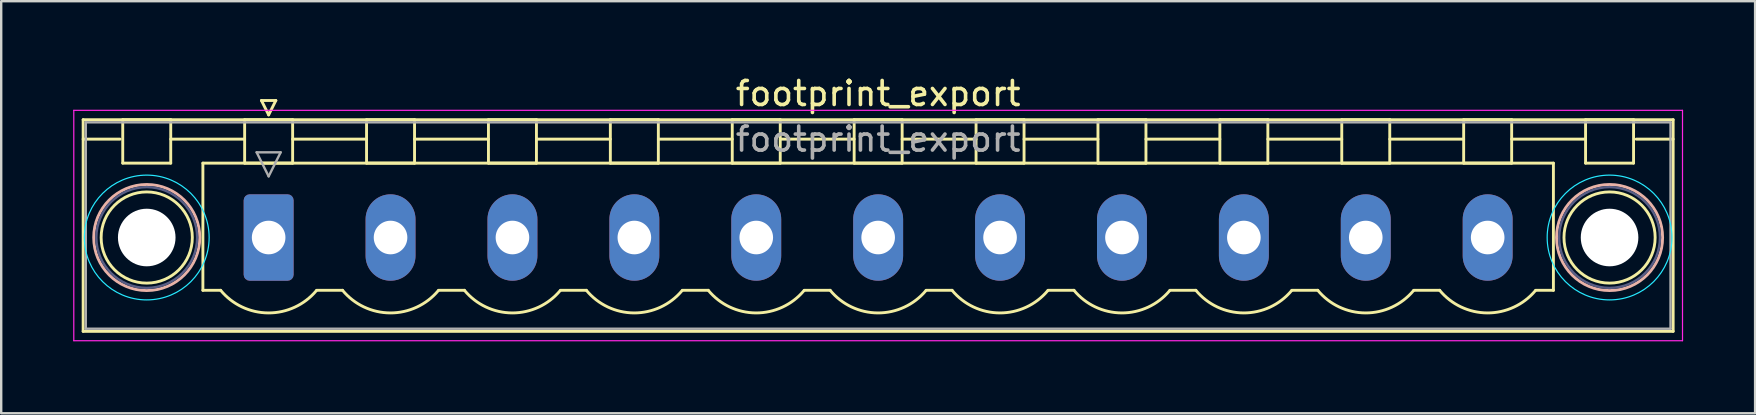
<source format=kicad_pcb>
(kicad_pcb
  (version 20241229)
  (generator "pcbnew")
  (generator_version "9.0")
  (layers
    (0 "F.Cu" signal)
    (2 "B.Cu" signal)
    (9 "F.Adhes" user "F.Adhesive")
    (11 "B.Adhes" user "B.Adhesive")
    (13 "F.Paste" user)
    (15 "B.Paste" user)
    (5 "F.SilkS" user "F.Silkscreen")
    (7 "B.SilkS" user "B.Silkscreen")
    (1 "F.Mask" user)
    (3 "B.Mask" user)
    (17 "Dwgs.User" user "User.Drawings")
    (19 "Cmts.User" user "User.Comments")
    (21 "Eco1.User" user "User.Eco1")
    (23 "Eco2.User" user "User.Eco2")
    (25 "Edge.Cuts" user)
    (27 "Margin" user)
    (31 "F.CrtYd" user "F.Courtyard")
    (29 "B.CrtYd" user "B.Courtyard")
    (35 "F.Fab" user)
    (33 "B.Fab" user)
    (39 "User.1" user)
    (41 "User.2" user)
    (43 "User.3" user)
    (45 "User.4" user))
  (footprint "footprint_export"
    (layer "F.Cu")
    (at 8.145 6.848)
    (property "Reference" "footprint_export" (at 25.4 -6 0) (layer "F.SilkS") (effects (font (size 1 1) (thickness 0.15))))
    (attr through_hole)
    (fp_line (start -7.73 -4.91) (end -7.73 3.91) (stroke (width 0.12) (type solid)) (layer "F.SilkS"))
    (fp_line (start -7.73 -4.1) (end -6.19 -4.1) (stroke (width 0.12) (type solid)) (layer "F.SilkS"))
    (fp_line (start -7.73 3.91) (end 58.53 3.91) (stroke (width 0.12) (type solid)) (layer "F.SilkS"))
    (fp_line (start -6.08 -4.91) (end -4.08 -4.91) (stroke (width 0.12) (type solid)) (layer "F.SilkS"))
    (fp_line (start -6.08 -3.1) (end -6.08 -4.91) (stroke (width 0.12) (type solid)) (layer "F.SilkS"))
    (fp_line (start -4.08 -4.91) (end -4.08 -3.1) (stroke (width 0.12) (type solid)) (layer "F.SilkS"))
    (fp_line (start -4.08 -4.1) (end -1 -4.1) (stroke (width 0.12) (type solid)) (layer "F.SilkS"))
    (fp_line (start -4.08 -3.1) (end -6.08 -3.1) (stroke (width 0.12) (type solid)) (layer "F.SilkS"))
    (fp_line (start -2.74 -3.1) (end 53.54 -3.1) (stroke (width 0.12) (type solid)) (layer "F.SilkS"))
    (fp_line (start -2.74 2.2) (end -2.74 -3.1) (stroke (width 0.12) (type solid)) (layer "F.SilkS"))
    (fp_line (start -2 2.2) (end -2.74 2.2) (stroke (width 0.12) (type solid)) (layer "F.SilkS"))
    (fp_line (start -1 -4.91) (end 1 -4.91) (stroke (width 0.12) (type solid)) (layer "F.SilkS"))
    (fp_line (start -1 -3.1) (end -1 -4.91) (stroke (width 0.12) (type solid)) (layer "F.SilkS"))
    (fp_line (start -0.3 -5.71) (end 0.3 -5.71) (stroke (width 0.12) (type solid)) (layer "F.SilkS"))
    (fp_line (start 0 -5.11) (end -0.3 -5.71) (stroke (width 0.12) (type solid)) (layer "F.SilkS"))
    (fp_line (start 0.3 -5.71) (end 0 -5.11) (stroke (width 0.12) (type solid)) (layer "F.SilkS"))
    (fp_line (start 1 -4.91) (end 1 -3.1) (stroke (width 0.12) (type solid)) (layer "F.SilkS"))
    (fp_line (start 1 -4.1) (end 4.08 -4.1) (stroke (width 0.12) (type solid)) (layer "F.SilkS"))
    (fp_line (start 1 -3.1) (end -1 -3.1) (stroke (width 0.12) (type solid)) (layer "F.SilkS"))
    (fp_line (start 2 2.2) (end 3.08 2.2) (stroke (width 0.12) (type solid)) (layer "F.SilkS"))
    (fp_line (start 4.08 -4.91) (end 6.08 -4.91) (stroke (width 0.12) (type solid)) (layer "F.SilkS"))
    (fp_line (start 4.08 -3.1) (end 4.08 -4.91) (stroke (width 0.12) (type solid)) (layer "F.SilkS"))
    (fp_line (start 6.08 -4.91) (end 6.08 -3.1) (stroke (width 0.12) (type solid)) (layer "F.SilkS"))
    (fp_line (start 6.08 -4.1) (end 9.16 -4.1) (stroke (width 0.12) (type solid)) (layer "F.SilkS"))
    (fp_line (start 6.08 -3.1) (end 4.08 -3.1) (stroke (width 0.12) (type solid)) (layer "F.SilkS"))
    (fp_line (start 7.08 2.2) (end 8.16 2.2) (stroke (width 0.12) (type solid)) (layer "F.SilkS"))
    (fp_line (start 9.16 -4.91) (end 11.16 -4.91) (stroke (width 0.12) (type solid)) (layer "F.SilkS"))
    (fp_line (start 9.16 -3.1) (end 9.16 -4.91) (stroke (width 0.12) (type solid)) (layer "F.SilkS"))
    (fp_line (start 11.16 -4.91) (end 11.16 -3.1) (stroke (width 0.12) (type solid)) (layer "F.SilkS"))
    (fp_line (start 11.16 -4.1) (end 14.24 -4.1) (stroke (width 0.12) (type solid)) (layer "F.SilkS"))
    (fp_line (start 11.16 -3.1) (end 9.16 -3.1) (stroke (width 0.12) (type solid)) (layer "F.SilkS"))
    (fp_line (start 12.16 2.2) (end 13.24 2.2) (stroke (width 0.12) (type solid)) (layer "F.SilkS"))
    (fp_line (start 14.24 -4.91) (end 16.24 -4.91) (stroke (width 0.12) (type solid)) (layer "F.SilkS"))
    (fp_line (start 14.24 -3.1) (end 14.24 -4.91) (stroke (width 0.12) (type solid)) (layer "F.SilkS"))
    (fp_line (start 16.24 -4.91) (end 16.24 -3.1) (stroke (width 0.12) (type solid)) (layer "F.SilkS"))
    (fp_line (start 16.24 -4.1) (end 19.32 -4.1) (stroke (width 0.12) (type solid)) (layer "F.SilkS"))
    (fp_line (start 16.24 -3.1) (end 14.24 -3.1) (stroke (width 0.12) (type solid)) (layer "F.SilkS"))
    (fp_line (start 17.24 2.2) (end 18.32 2.2) (stroke (width 0.12) (type solid)) (layer "F.SilkS"))
    (fp_line (start 19.32 -4.91) (end 21.32 -4.91) (stroke (width 0.12) (type solid)) (layer "F.SilkS"))
    (fp_line (start 19.32 -3.1) (end 19.32 -4.91) (stroke (width 0.12) (type solid)) (layer "F.SilkS"))
    (fp_line (start 21.32 -4.91) (end 21.32 -3.1) (stroke (width 0.12) (type solid)) (layer "F.SilkS"))
    (fp_line (start 21.32 -4.1) (end 24.4 -4.1) (stroke (width 0.12) (type solid)) (layer "F.SilkS"))
    (fp_line (start 21.32 -3.1) (end 19.32 -3.1) (stroke (width 0.12) (type solid)) (layer "F.SilkS"))
    (fp_line (start 22.32 2.2) (end 23.4 2.2) (stroke (width 0.12) (type solid)) (layer "F.SilkS"))
    (fp_line (start 24.4 -4.91) (end 26.4 -4.91) (stroke (width 0.12) (type solid)) (layer "F.SilkS"))
    (fp_line (start 24.4 -3.1) (end 24.4 -4.91) (stroke (width 0.12) (type solid)) (layer "F.SilkS"))
    (fp_line (start 26.4 -4.91) (end 26.4 -3.1) (stroke (width 0.12) (type solid)) (layer "F.SilkS"))
    (fp_line (start 26.4 -4.1) (end 29.48 -4.1) (stroke (width 0.12) (type solid)) (layer "F.SilkS"))
    (fp_line (start 26.4 -3.1) (end 24.4 -3.1) (stroke (width 0.12) (type solid)) (layer "F.SilkS"))
    (fp_line (start 27.4 2.2) (end 28.48 2.2) (stroke (width 0.12) (type solid)) (layer "F.SilkS"))
    (fp_line (start 29.48 -4.91) (end 31.48 -4.91) (stroke (width 0.12) (type solid)) (layer "F.SilkS"))
    (fp_line (start 29.48 -3.1) (end 29.48 -4.91) (stroke (width 0.12) (type solid)) (layer "F.SilkS"))
    (fp_line (start 31.48 -4.91) (end 31.48 -3.1) (stroke (width 0.12) (type solid)) (layer "F.SilkS"))
    (fp_line (start 31.48 -4.1) (end 34.56 -4.1) (stroke (width 0.12) (type solid)) (layer "F.SilkS"))
    (fp_line (start 31.48 -3.1) (end 29.48 -3.1) (stroke (width 0.12) (type solid)) (layer "F.SilkS"))
    (fp_line (start 32.48 2.2) (end 33.56 2.2) (stroke (width 0.12) (type solid)) (layer "F.SilkS"))
    (fp_line (start 34.56 -4.91) (end 36.56 -4.91) (stroke (width 0.12) (type solid)) (layer "F.SilkS"))
    (fp_line (start 34.56 -3.1) (end 34.56 -4.91) (stroke (width 0.12) (type solid)) (layer "F.SilkS"))
    (fp_line (start 36.56 -4.91) (end 36.56 -3.1) (stroke (width 0.12) (type solid)) (layer "F.SilkS"))
    (fp_line (start 36.56 -4.1) (end 39.64 -4.1) (stroke (width 0.12) (type solid)) (layer "F.SilkS"))
    (fp_line (start 36.56 -3.1) (end 34.56 -3.1) (stroke (width 0.12) (type solid)) (layer "F.SilkS"))
    (fp_line (start 37.56 2.2) (end 38.64 2.2) (stroke (width 0.12) (type solid)) (layer "F.SilkS"))
    (fp_line (start 39.64 -4.91) (end 41.64 -4.91) (stroke (width 0.12) (type solid)) (layer "F.SilkS"))
    (fp_line (start 39.64 -3.1) (end 39.64 -4.91) (stroke (width 0.12) (type solid)) (layer "F.SilkS"))
    (fp_line (start 41.64 -4.91) (end 41.64 -3.1) (stroke (width 0.12) (type solid)) (layer "F.SilkS"))
    (fp_line (start 41.64 -4.1) (end 44.72 -4.1) (stroke (width 0.12) (type solid)) (layer "F.SilkS"))
    (fp_line (start 41.64 -3.1) (end 39.64 -3.1) (stroke (width 0.12) (type solid)) (layer "F.SilkS"))
    (fp_line (start 42.64 2.2) (end 43.72 2.2) (stroke (width 0.12) (type solid)) (layer "F.SilkS"))
    (fp_line (start 44.72 -4.91) (end 46.72 -4.91) (stroke (width 0.12) (type solid)) (layer "F.SilkS"))
    (fp_line (start 44.72 -3.1) (end 44.72 -4.91) (stroke (width 0.12) (type solid)) (layer "F.SilkS"))
    (fp_line (start 46.72 -4.91) (end 46.72 -3.1) (stroke (width 0.12) (type solid)) (layer "F.SilkS"))
    (fp_line (start 46.72 -4.1) (end 49.8 -4.1) (stroke (width 0.12) (type solid)) (layer "F.SilkS"))
    (fp_line (start 46.72 -3.1) (end 44.72 -3.1) (stroke (width 0.12) (type solid)) (layer "F.SilkS"))
    (fp_line (start 47.72 2.2) (end 48.8 2.2) (stroke (width 0.12) (type solid)) (layer "F.SilkS"))
    (fp_line (start 49.8 -4.91) (end 51.8 -4.91) (stroke (width 0.12) (type solid)) (layer "F.SilkS"))
    (fp_line (start 49.8 -3.1) (end 49.8 -4.91) (stroke (width 0.12) (type solid)) (layer "F.SilkS"))
    (fp_line (start 51.8 -4.91) (end 51.8 -3.1) (stroke (width 0.12) (type solid)) (layer "F.SilkS"))
    (fp_line (start 51.8 -4.1) (end 54.88 -4.1) (stroke (width 0.12) (type solid)) (layer "F.SilkS"))
    (fp_line (start 51.8 -3.1) (end 49.8 -3.1) (stroke (width 0.12) (type solid)) (layer "F.SilkS"))
    (fp_line (start 53.54 -3.1) (end 53.54 2.2) (stroke (width 0.12) (type solid)) (layer "F.SilkS"))
    (fp_line (start 53.54 2.2) (end 52.8 2.2) (stroke (width 0.12) (type solid)) (layer "F.SilkS"))
    (fp_line (start 54.88 -4.91) (end 56.88 -4.91) (stroke (width 0.12) (type solid)) (layer "F.SilkS"))
    (fp_line (start 54.88 -3.1) (end 54.88 -4.91) (stroke (width 0.12) (type solid)) (layer "F.SilkS"))
    (fp_line (start 56.88 -4.91) (end 56.88 -3.1) (stroke (width 0.12) (type solid)) (layer "F.SilkS"))
    (fp_line (start 56.88 -3.1) (end 54.88 -3.1) (stroke (width 0.12) (type solid)) (layer "F.SilkS"))
    (fp_line (start 58.53 -4.91) (end -7.73 -4.91) (stroke (width 0.12) (type solid)) (layer "F.SilkS"))
    (fp_line (start 58.53 -4.1) (end 56.99 -4.1) (stroke (width 0.12) (type solid)) (layer "F.SilkS"))
    (fp_line (start 58.53 3.91) (end 58.53 -4.91) (stroke (width 0.12) (type solid)) (layer "F.SilkS"))
    (fp_arc (start 1.986842 2.215821) (mid -0.010289 3.142758) (end -2 2.2) (stroke (width 0.12) (type solid)) (layer "F.SilkS"))
    (fp_arc (start 7.066842 2.215821) (mid 5.069711 3.142758) (end 3.08 2.2) (stroke (width 0.12) (type solid)) (layer "F.SilkS"))
    (fp_arc (start 12.146842 2.215821) (mid 10.149711 3.142758) (end 8.16 2.2) (stroke (width 0.12) (type solid)) (layer "F.SilkS"))
    (fp_arc (start 17.226842 2.215821) (mid 15.229711 3.142758) (end 13.24 2.2) (stroke (width 0.12) (type solid)) (layer "F.SilkS"))
    (fp_arc (start 22.306842 2.215821) (mid 20.309711 3.142758) (end 18.32 2.2) (stroke (width 0.12) (type solid)) (layer "F.SilkS"))
    (fp_arc (start 27.386842 2.215821) (mid 25.389711 3.142758) (end 23.4 2.2) (stroke (width 0.12) (type solid)) (layer "F.SilkS"))
    (fp_arc (start 32.466842 2.215821) (mid 30.469711 3.142758) (end 28.48 2.2) (stroke (width 0.12) (type solid)) (layer "F.SilkS"))
    (fp_arc (start 37.546842 2.215821) (mid 35.549711 3.142758) (end 33.56 2.2) (stroke (width 0.12) (type solid)) (layer "F.SilkS"))
    (fp_arc (start 42.626842 2.215821) (mid 40.629711 3.142758) (end 38.64 2.2) (stroke (width 0.12) (type solid)) (layer "F.SilkS"))
    (fp_arc (start 47.706842 2.215821) (mid 45.709711 3.142758) (end 43.72 2.2) (stroke (width 0.12) (type solid)) (layer "F.SilkS"))
    (fp_arc (start 52.786842 2.215821) (mid 50.789711 3.142758) (end 48.8 2.2) (stroke (width 0.12) (type solid)) (layer "F.SilkS"))
    (fp_circle (center -5.08 0) (end -3.18 0) (stroke (width 0.12) (type solid)) (fill no) (layer "F.SilkS"))
    (fp_circle (center 55.88 0) (end 57.78 0) (stroke (width 0.12) (type solid)) (fill no) (layer "F.SilkS"))
    (fp_circle (center -5.08 0) (end -2.87 0) (stroke (width 0.12) (type solid)) (fill no) (layer "B.SilkS"))
    (fp_circle (center 55.88 0) (end 58.09 0) (stroke (width 0.12) (type solid)) (fill no) (layer "B.SilkS"))
    (fp_circle (center -5.08 0) (end -2.48 0) (stroke (width 0.05) (type solid)) (fill no) (layer "B.CrtYd"))
    (fp_circle (center 55.88 0) (end 58.48 0) (stroke (width 0.05) (type solid)) (fill no) (layer "B.CrtYd"))
    (fp_line (start -8.12 -5.3) (end -8.12 4.3) (stroke (width 0.05) (type solid)) (layer "F.CrtYd"))
    (fp_line (start -8.12 4.3) (end 58.92 4.3) (stroke (width 0.05) (type solid)) (layer "F.CrtYd"))
    (fp_line (start 58.92 -5.3) (end -8.12 -5.3) (stroke (width 0.05) (type solid)) (layer "F.CrtYd"))
    (fp_line (start 58.92 4.3) (end 58.92 -5.3) (stroke (width 0.05) (type solid)) (layer "F.CrtYd"))
    (fp_circle (center -5.08 0) (end -2.98 0) (stroke (width 0.1) (type solid)) (fill no) (layer "B.Fab"))
    (fp_circle (center 55.88 0) (end 57.98 0) (stroke (width 0.1) (type solid)) (fill no) (layer "B.Fab"))
    (fp_line (start -7.62 -4.8) (end -7.62 3.8) (stroke (width 0.1) (type solid)) (layer "F.Fab"))
    (fp_line (start -7.62 3.8) (end 58.42 3.8) (stroke (width 0.1) (type solid)) (layer "F.Fab"))
    (fp_line (start -0.5 -3.55) (end 0.5 -3.55) (stroke (width 0.1) (type solid)) (layer "F.Fab"))
    (fp_line (start 0 -2.55) (end -0.5 -3.55) (stroke (width 0.1) (type solid)) (layer "F.Fab"))
    (fp_line (start 0.5 -3.55) (end 0 -2.55) (stroke (width 0.1) (type solid)) (layer "F.Fab"))
    (fp_line (start 58.42 -4.8) (end -7.62 -4.8) (stroke (width 0.1) (type solid)) (layer "F.Fab"))
    (fp_line (start 58.42 3.8) (end 58.42 -4.8) (stroke (width 0.1) (type solid)) (layer "F.Fab"))
    (fp_text user "${REFERENCE}" (at 25.4 -4.1 0) (layer "F.Fab") (effects (font (size 1 1) (thickness 0.15))))
    (pad "" np_thru_hole circle (at -5.08 0) (size 2.4 2.4) (drill 2.4) (layers "*.Cu" "*.Mask"))
    (pad "" np_thru_hole circle (at 55.88 0) (size 2.4 2.4) (drill 2.4) (layers "*.Cu" "*.Mask"))
    (pad "1" thru_hole roundrect (at 0 0) (size 2.08 3.6) (drill 1.4) (layers "*.Cu" "*.Mask") (roundrect_rratio 0.12))
    (pad "2" thru_hole oval (at 5.08 0) (size 2.08 3.6) (drill 1.4) (layers "*.Cu" "*.Mask"))
    (pad "3" thru_hole oval (at 10.16 0) (size 2.08 3.6) (drill 1.4) (layers "*.Cu" "*.Mask"))
    (pad "4" thru_hole oval (at 15.24 0) (size 2.08 3.6) (drill 1.4) (layers "*.Cu" "*.Mask"))
    (pad "5" thru_hole oval (at 20.32 0) (size 2.08 3.6) (drill 1.4) (layers "*.Cu" "*.Mask"))
    (pad "6" thru_hole oval (at 25.4 0) (size 2.08 3.6) (drill 1.4) (layers "*.Cu" "*.Mask"))
    (pad "7" thru_hole oval (at 30.48 0) (size 2.08 3.6) (drill 1.4) (layers "*.Cu" "*.Mask"))
    (pad "8" thru_hole oval (at 35.56 0) (size 2.08 3.6) (drill 1.4) (layers "*.Cu" "*.Mask"))
    (pad "9" thru_hole oval (at 40.64 0) (size 2.08 3.6) (drill 1.4) (layers "*.Cu" "*.Mask"))
    (pad "10" thru_hole oval (at 45.72 0) (size 2.08 3.6) (drill 1.4) (layers "*.Cu" "*.Mask"))
    (pad "11" thru_hole oval (at 50.8 0) (size 2.08 3.6) (drill 1.4) (layers "*.Cu" "*.Mask")))
  (gr_rect
    (start -3 -3)
    (end 70.09 14.173)
    (stroke (width 0.1) (type default))
    (fill no)
    (layer "Edge.Cuts")))
</source>
